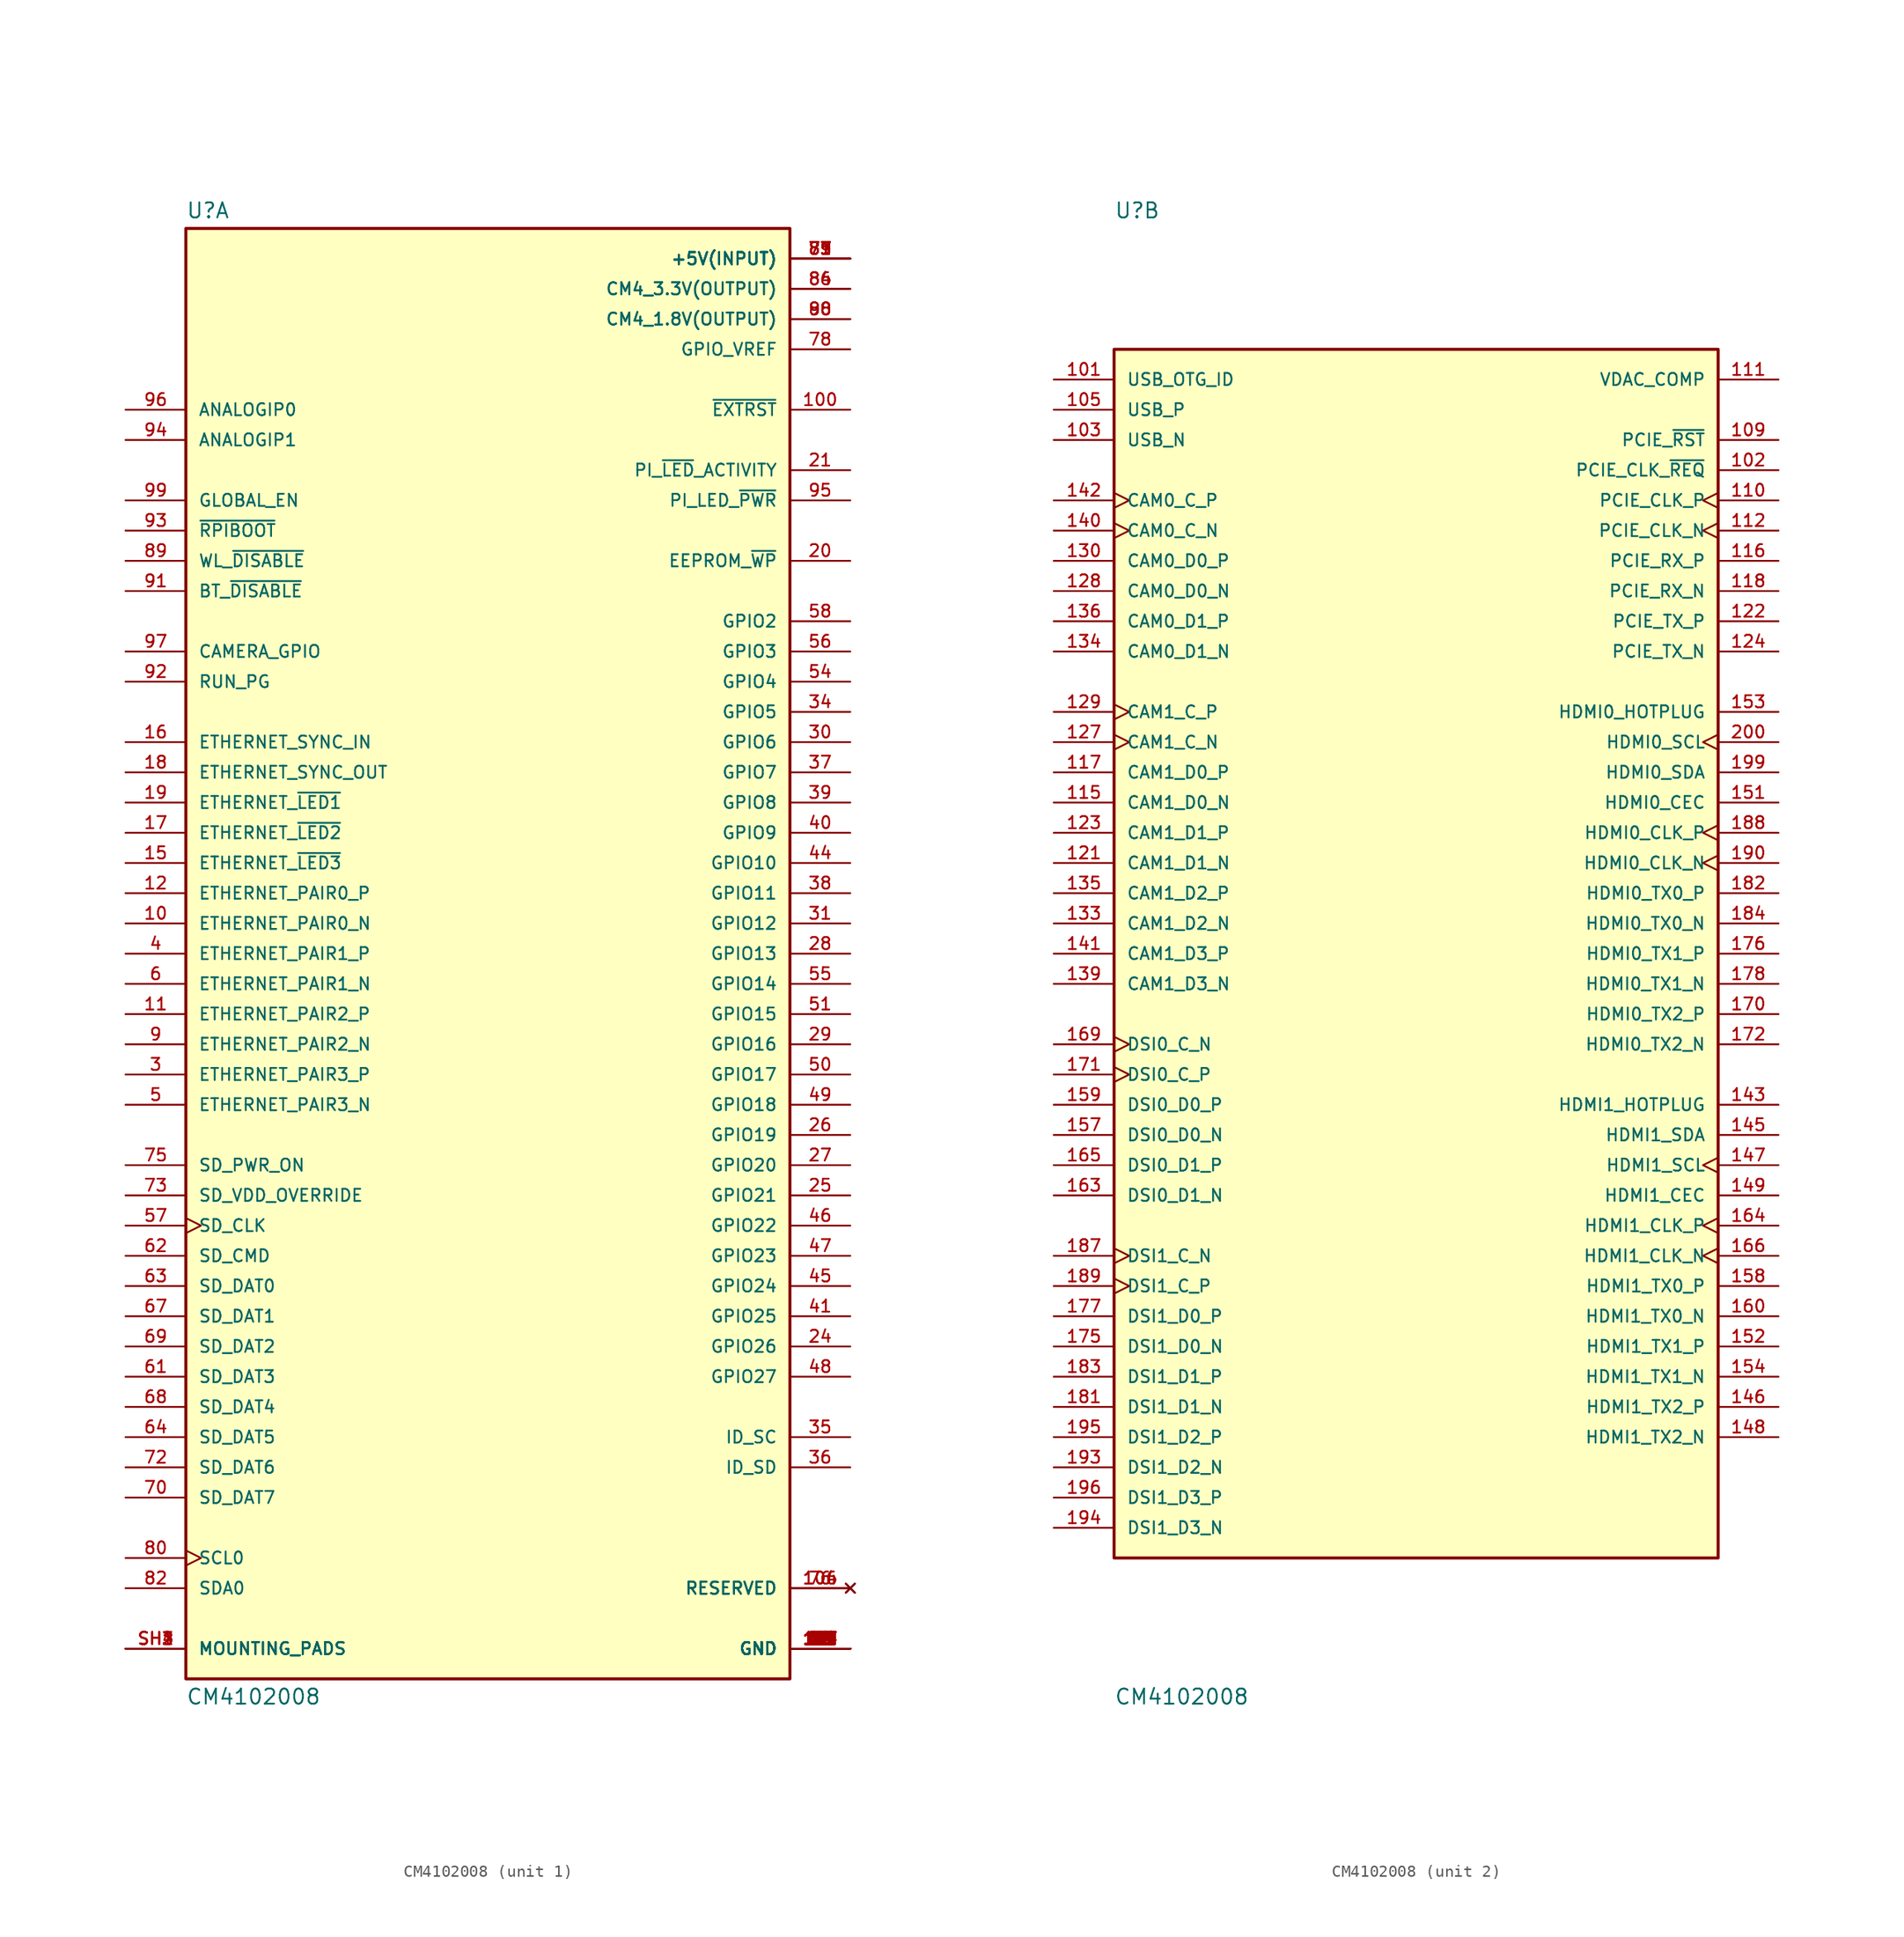
<source format=kicad_sym>
(kicad_symbol_lib
  (version 20231120)
  (generator "kicad_symbol_editor")
  (generator_version "8.0")
  (symbol "CM4102008"
    (pin_names
      (offset 1.016))
    (property "Reference" "U"
      (at -25.4 61.722 0)
      (effects (font (size 1.27 1.27)) (justify left bottom)))
    (property "Value" "CM4102008"
      (at -25.4 -61.722 0)
      (effects (font (size 1.27 1.27)) (justify left top)))
    (symbol "CM4102008_1_0"
      (rectangle (start -25.4 -60.96) (end 25.4 60.96) (stroke (width 0.254) (type default)) (fill (type background)))
      (pin power_in line (at 30.48 -58.42 180) (length 5.08) (name "GND" (effects (font (size 1.016 1.016)))) (number "1" (effects (font (size 1.016 1.016)))))
      (pin bidirectional line (at -30.48 2.54 0) (length 5.08) (name "ETHERNET_PAIR0_N" (effects (font (size 1.016 1.016)))) (number "10" (effects (font (size 1.016 1.016)))))
      (pin output line (at 30.48 45.72 180) (length 5.08) (name "~{EXTRST}" (effects (font (size 1.016 1.016)))) (number "100" (effects (font (size 1.016 1.016)))))
      (pin no_connect line (at 30.48 -53.34 180) (length 5.08) (name "RESERVED" (effects (font (size 1.016 1.016)))) (number "104" (effects (font (size 1.016 1.016)))))
      (pin no_connect line (at 30.48 -53.34 180) (length 5.08) (name "RESERVED" (effects (font (size 1.016 1.016)))) (number "106" (effects (font (size 1.016 1.016)))))
      (pin power_in line (at 30.48 -58.42 180) (length 5.08) (name "GND" (effects (font (size 1.016 1.016)))) (number "107" (effects (font (size 1.016 1.016)))))
      (pin power_in line (at 30.48 -58.42 180) (length 5.08) (name "GND" (effects (font (size 1.016 1.016)))) (number "108" (effects (font (size 1.016 1.016)))))
      (pin bidirectional line (at -30.48 -5.08 0) (length 5.08) (name "ETHERNET_PAIR2_P" (effects (font (size 1.016 1.016)))) (number "11" (effects (font (size 1.016 1.016)))))
      (pin power_in line (at 30.48 -58.42 180) (length 5.08) (name "GND" (effects (font (size 1.016 1.016)))) (number "113" (effects (font (size 1.016 1.016)))))
      (pin power_in line (at 30.48 -58.42 180) (length 5.08) (name "GND" (effects (font (size 1.016 1.016)))) (number "114" (effects (font (size 1.016 1.016)))))
      (pin power_in line (at 30.48 -58.42 180) (length 5.08) (name "GND" (effects (font (size 1.016 1.016)))) (number "119" (effects (font (size 1.016 1.016)))))
      (pin bidirectional line (at -30.48 5.08 0) (length 5.08) (name "ETHERNET_PAIR0_P" (effects (font (size 1.016 1.016)))) (number "12" (effects (font (size 1.016 1.016)))))
      (pin power_in line (at 30.48 -58.42 180) (length 5.08) (name "GND" (effects (font (size 1.016 1.016)))) (number "120" (effects (font (size 1.016 1.016)))))
      (pin power_in line (at 30.48 -58.42 180) (length 5.08) (name "GND" (effects (font (size 1.016 1.016)))) (number "125" (effects (font (size 1.016 1.016)))))
      (pin power_in line (at 30.48 -58.42 180) (length 5.08) (name "GND" (effects (font (size 1.016 1.016)))) (number "126" (effects (font (size 1.016 1.016)))))
      (pin power_in line (at 30.48 -58.42 180) (length 5.08) (name "GND" (effects (font (size 1.016 1.016)))) (number "13" (effects (font (size 1.016 1.016)))))
      (pin power_in line (at 30.48 -58.42 180) (length 5.08) (name "GND" (effects (font (size 1.016 1.016)))) (number "131" (effects (font (size 1.016 1.016)))))
      (pin power_in line (at 30.48 -58.42 180) (length 5.08) (name "GND" (effects (font (size 1.016 1.016)))) (number "132" (effects (font (size 1.016 1.016)))))
      (pin power_in line (at 30.48 -58.42 180) (length 5.08) (name "GND" (effects (font (size 1.016 1.016)))) (number "137" (effects (font (size 1.016 1.016)))))
      (pin power_in line (at 30.48 -58.42 180) (length 5.08) (name "GND" (effects (font (size 1.016 1.016)))) (number "138" (effects (font (size 1.016 1.016)))))
      (pin power_in line (at 30.48 -58.42 180) (length 5.08) (name "GND" (effects (font (size 1.016 1.016)))) (number "14" (effects (font (size 1.016 1.016)))))
      (pin power_in line (at 30.48 -58.42 180) (length 5.08) (name "GND" (effects (font (size 1.016 1.016)))) (number "144" (effects (font (size 1.016 1.016)))))
      (pin output line (at -30.48 7.62 0) (length 5.08) (name "ETHERNET_~{LED3}" (effects (font (size 1.016 1.016)))) (number "15" (effects (font (size 1.016 1.016)))))
      (pin power_in line (at 30.48 -58.42 180) (length 5.08) (name "GND" (effects (font (size 1.016 1.016)))) (number "150" (effects (font (size 1.016 1.016)))))
      (pin power_in line (at 30.48 -58.42 180) (length 5.08) (name "GND" (effects (font (size 1.016 1.016)))) (number "155" (effects (font (size 1.016 1.016)))))
      (pin power_in line (at 30.48 -58.42 180) (length 5.08) (name "GND" (effects (font (size 1.016 1.016)))) (number "156" (effects (font (size 1.016 1.016)))))
      (pin input line (at -30.48 17.78 0) (length 5.08) (name "ETHERNET_SYNC_IN" (effects (font (size 1.016 1.016)))) (number "16" (effects (font (size 1.016 1.016)))))
      (pin power_in line (at 30.48 -58.42 180) (length 5.08) (name "GND" (effects (font (size 1.016 1.016)))) (number "161" (effects (font (size 1.016 1.016)))))
      (pin power_in line (at 30.48 -58.42 180) (length 5.08) (name "GND" (effects (font (size 1.016 1.016)))) (number "162" (effects (font (size 1.016 1.016)))))
      (pin power_in line (at 30.48 -58.42 180) (length 5.08) (name "GND" (effects (font (size 1.016 1.016)))) (number "167" (effects (font (size 1.016 1.016)))))
      (pin power_in line (at 30.48 -58.42 180) (length 5.08) (name "GND" (effects (font (size 1.016 1.016)))) (number "168" (effects (font (size 1.016 1.016)))))
      (pin output line (at -30.48 10.16 0) (length 5.08) (name "ETHERNET_~{LED2}" (effects (font (size 1.016 1.016)))) (number "17" (effects (font (size 1.016 1.016)))))
      (pin power_in line (at 30.48 -58.42 180) (length 5.08) (name "GND" (effects (font (size 1.016 1.016)))) (number "173" (effects (font (size 1.016 1.016)))))
      (pin power_in line (at 30.48 -58.42 180) (length 5.08) (name "GND" (effects (font (size 1.016 1.016)))) (number "174" (effects (font (size 1.016 1.016)))))
      (pin power_in line (at 30.48 -58.42 180) (length 5.08) (name "GND" (effects (font (size 1.016 1.016)))) (number "179" (effects (font (size 1.016 1.016)))))
      (pin output line (at -30.48 15.24 0) (length 5.08) (name "ETHERNET_SYNC_OUT" (effects (font (size 1.016 1.016)))) (number "18" (effects (font (size 1.016 1.016)))))
      (pin power_in line (at 30.48 -58.42 180) (length 5.08) (name "GND" (effects (font (size 1.016 1.016)))) (number "180" (effects (font (size 1.016 1.016)))))
      (pin power_in line (at 30.48 -58.42 180) (length 5.08) (name "GND" (effects (font (size 1.016 1.016)))) (number "185" (effects (font (size 1.016 1.016)))))
      (pin power_in line (at 30.48 -58.42 180) (length 5.08) (name "GND" (effects (font (size 1.016 1.016)))) (number "186" (effects (font (size 1.016 1.016)))))
      (pin output line (at -30.48 12.7 0) (length 5.08) (name "ETHERNET_~{LED1}" (effects (font (size 1.016 1.016)))) (number "19" (effects (font (size 1.016 1.016)))))
      (pin power_in line (at 30.48 -58.42 180) (length 5.08) (name "GND" (effects (font (size 1.016 1.016)))) (number "191" (effects (font (size 1.016 1.016)))))
      (pin power_in line (at 30.48 -58.42 180) (length 5.08) (name "GND" (effects (font (size 1.016 1.016)))) (number "192" (effects (font (size 1.016 1.016)))))
      (pin power_in line (at 30.48 -58.42 180) (length 5.08) (name "GND" (effects (font (size 1.016 1.016)))) (number "197" (effects (font (size 1.016 1.016)))))
      (pin power_in line (at 30.48 -58.42 180) (length 5.08) (name "GND" (effects (font (size 1.016 1.016)))) (number "198" (effects (font (size 1.016 1.016)))))
      (pin power_in line (at 30.48 -58.42 180) (length 5.08) (name "GND" (effects (font (size 1.016 1.016)))) (number "2" (effects (font (size 1.016 1.016)))))
      (pin bidirectional line (at 30.48 33.02 180) (length 5.08) (name "EEPROM_~{WP}" (effects (font (size 1.016 1.016)))) (number "20" (effects (font (size 1.016 1.016)))))
      (pin bidirectional line (at 30.48 40.64 180) (length 5.08) (name "PI_~{LED}_ACTIVITY" (effects (font (size 1.016 1.016)))) (number "21" (effects (font (size 1.016 1.016)))))
      (pin power_in line (at 30.48 -58.42 180) (length 5.08) (name "GND" (effects (font (size 1.016 1.016)))) (number "22" (effects (font (size 1.016 1.016)))))
      (pin power_in line (at 30.48 -58.42 180) (length 5.08) (name "GND" (effects (font (size 1.016 1.016)))) (number "23" (effects (font (size 1.016 1.016)))))
      (pin bidirectional line (at 30.48 -33.02 180) (length 5.08) (name "GPIO26" (effects (font (size 1.016 1.016)))) (number "24" (effects (font (size 1.016 1.016)))))
      (pin bidirectional line (at 30.48 -20.32 180) (length 5.08) (name "GPIO21" (effects (font (size 1.016 1.016)))) (number "25" (effects (font (size 1.016 1.016)))))
      (pin bidirectional line (at 30.48 -15.24 180) (length 5.08) (name "GPIO19" (effects (font (size 1.016 1.016)))) (number "26" (effects (font (size 1.016 1.016)))))
      (pin bidirectional line (at 30.48 -17.78 180) (length 5.08) (name "GPIO20" (effects (font (size 1.016 1.016)))) (number "27" (effects (font (size 1.016 1.016)))))
      (pin bidirectional line (at 30.48 0 180) (length 5.08) (name "GPIO13" (effects (font (size 1.016 1.016)))) (number "28" (effects (font (size 1.016 1.016)))))
      (pin bidirectional line (at 30.48 -7.62 180) (length 5.08) (name "GPIO16" (effects (font (size 1.016 1.016)))) (number "29" (effects (font (size 1.016 1.016)))))
      (pin bidirectional line (at -30.48 -10.16 0) (length 5.08) (name "ETHERNET_PAIR3_P" (effects (font (size 1.016 1.016)))) (number "3" (effects (font (size 1.016 1.016)))))
      (pin bidirectional line (at 30.48 17.78 180) (length 5.08) (name "GPIO6" (effects (font (size 1.016 1.016)))) (number "30" (effects (font (size 1.016 1.016)))))
      (pin bidirectional line (at 30.48 2.54 180) (length 5.08) (name "GPIO12" (effects (font (size 1.016 1.016)))) (number "31" (effects (font (size 1.016 1.016)))))
      (pin power_in line (at 30.48 -58.42 180) (length 5.08) (name "GND" (effects (font (size 1.016 1.016)))) (number "32" (effects (font (size 1.016 1.016)))))
      (pin power_in line (at 30.48 -58.42 180) (length 5.08) (name "GND" (effects (font (size 1.016 1.016)))) (number "33" (effects (font (size 1.016 1.016)))))
      (pin bidirectional line (at 30.48 20.32 180) (length 5.08) (name "GPIO5" (effects (font (size 1.016 1.016)))) (number "34" (effects (font (size 1.016 1.016)))))
      (pin bidirectional line (at 30.48 -40.64 180) (length 5.08) (name "ID_SC" (effects (font (size 1.016 1.016)))) (number "35" (effects (font (size 1.016 1.016)))))
      (pin bidirectional line (at 30.48 -43.18 180) (length 5.08) (name "ID_SD" (effects (font (size 1.016 1.016)))) (number "36" (effects (font (size 1.016 1.016)))))
      (pin bidirectional line (at 30.48 15.24 180) (length 5.08) (name "GPIO7" (effects (font (size 1.016 1.016)))) (number "37" (effects (font (size 1.016 1.016)))))
      (pin bidirectional line (at 30.48 5.08 180) (length 5.08) (name "GPIO11" (effects (font (size 1.016 1.016)))) (number "38" (effects (font (size 1.016 1.016)))))
      (pin bidirectional line (at 30.48 12.7 180) (length 5.08) (name "GPIO8" (effects (font (size 1.016 1.016)))) (number "39" (effects (font (size 1.016 1.016)))))
      (pin bidirectional line (at -30.48 0 0) (length 5.08) (name "ETHERNET_PAIR1_P" (effects (font (size 1.016 1.016)))) (number "4" (effects (font (size 1.016 1.016)))))
      (pin bidirectional line (at 30.48 10.16 180) (length 5.08) (name "GPIO9" (effects (font (size 1.016 1.016)))) (number "40" (effects (font (size 1.016 1.016)))))
      (pin bidirectional line (at 30.48 -30.48 180) (length 5.08) (name "GPIO25" (effects (font (size 1.016 1.016)))) (number "41" (effects (font (size 1.016 1.016)))))
      (pin power_in line (at 30.48 -58.42 180) (length 5.08) (name "GND" (effects (font (size 1.016 1.016)))) (number "42" (effects (font (size 1.016 1.016)))))
      (pin power_in line (at 30.48 -58.42 180) (length 5.08) (name "GND" (effects (font (size 1.016 1.016)))) (number "43" (effects (font (size 1.016 1.016)))))
      (pin bidirectional line (at 30.48 7.62 180) (length 5.08) (name "GPIO10" (effects (font (size 1.016 1.016)))) (number "44" (effects (font (size 1.016 1.016)))))
      (pin bidirectional line (at 30.48 -27.94 180) (length 5.08) (name "GPIO24" (effects (font (size 1.016 1.016)))) (number "45" (effects (font (size 1.016 1.016)))))
      (pin bidirectional line (at 30.48 -22.86 180) (length 5.08) (name "GPIO22" (effects (font (size 1.016 1.016)))) (number "46" (effects (font (size 1.016 1.016)))))
      (pin bidirectional line (at 30.48 -25.4 180) (length 5.08) (name "GPIO23" (effects (font (size 1.016 1.016)))) (number "47" (effects (font (size 1.016 1.016)))))
      (pin bidirectional line (at 30.48 -35.56 180) (length 5.08) (name "GPIO27" (effects (font (size 1.016 1.016)))) (number "48" (effects (font (size 1.016 1.016)))))
      (pin bidirectional line (at 30.48 -12.7 180) (length 5.08) (name "GPIO18" (effects (font (size 1.016 1.016)))) (number "49" (effects (font (size 1.016 1.016)))))
      (pin bidirectional line (at -30.48 -12.7 0) (length 5.08) (name "ETHERNET_PAIR3_N" (effects (font (size 1.016 1.016)))) (number "5" (effects (font (size 1.016 1.016)))))
      (pin bidirectional line (at 30.48 -10.16 180) (length 5.08) (name "GPIO17" (effects (font (size 1.016 1.016)))) (number "50" (effects (font (size 1.016 1.016)))))
      (pin bidirectional line (at 30.48 -5.08 180) (length 5.08) (name "GPIO15" (effects (font (size 1.016 1.016)))) (number "51" (effects (font (size 1.016 1.016)))))
      (pin power_in line (at 30.48 -58.42 180) (length 5.08) (name "GND" (effects (font (size 1.016 1.016)))) (number "52" (effects (font (size 1.016 1.016)))))
      (pin power_in line (at 30.48 -58.42 180) (length 5.08) (name "GND" (effects (font (size 1.016 1.016)))) (number "53" (effects (font (size 1.016 1.016)))))
      (pin bidirectional line (at 30.48 22.86 180) (length 5.08) (name "GPIO4" (effects (font (size 1.016 1.016)))) (number "54" (effects (font (size 1.016 1.016)))))
      (pin bidirectional line (at 30.48 -2.54 180) (length 5.08) (name "GPIO14" (effects (font (size 1.016 1.016)))) (number "55" (effects (font (size 1.016 1.016)))))
      (pin bidirectional line (at 30.48 25.4 180) (length 5.08) (name "GPIO3" (effects (font (size 1.016 1.016)))) (number "56" (effects (font (size 1.016 1.016)))))
      (pin bidirectional clock (at -30.48 -22.86 0) (length 5.08) (name "SD_CLK" (effects (font (size 1.016 1.016)))) (number "57" (effects (font (size 1.016 1.016)))))
      (pin bidirectional line (at 30.48 27.94 180) (length 5.08) (name "GPIO2" (effects (font (size 1.016 1.016)))) (number "58" (effects (font (size 1.016 1.016)))))
      (pin power_in line (at 30.48 -58.42 180) (length 5.08) (name "GND" (effects (font (size 1.016 1.016)))) (number "59" (effects (font (size 1.016 1.016)))))
      (pin bidirectional line (at -30.48 -2.54 0) (length 5.08) (name "ETHERNET_PAIR1_N" (effects (font (size 1.016 1.016)))) (number "6" (effects (font (size 1.016 1.016)))))
      (pin power_in line (at 30.48 -58.42 180) (length 5.08) (name "GND" (effects (font (size 1.016 1.016)))) (number "60" (effects (font (size 1.016 1.016)))))
      (pin bidirectional line (at -30.48 -35.56 0) (length 5.08) (name "SD_DAT3" (effects (font (size 1.016 1.016)))) (number "61" (effects (font (size 1.016 1.016)))))
      (pin input line (at -30.48 -25.4 0) (length 5.08) (name "SD_CMD" (effects (font (size 1.016 1.016)))) (number "62" (effects (font (size 1.016 1.016)))))
      (pin bidirectional line (at -30.48 -27.94 0) (length 5.08) (name "SD_DAT0" (effects (font (size 1.016 1.016)))) (number "63" (effects (font (size 1.016 1.016)))))
      (pin bidirectional line (at -30.48 -40.64 0) (length 5.08) (name "SD_DAT5" (effects (font (size 1.016 1.016)))) (number "64" (effects (font (size 1.016 1.016)))))
      (pin power_in line (at 30.48 -58.42 180) (length 5.08) (name "GND" (effects (font (size 1.016 1.016)))) (number "65" (effects (font (size 1.016 1.016)))))
      (pin power_in line (at 30.48 -58.42 180) (length 5.08) (name "GND" (effects (font (size 1.016 1.016)))) (number "66" (effects (font (size 1.016 1.016)))))
      (pin bidirectional line (at -30.48 -30.48 0) (length 5.08) (name "SD_DAT1" (effects (font (size 1.016 1.016)))) (number "67" (effects (font (size 1.016 1.016)))))
      (pin bidirectional line (at -30.48 -38.1 0) (length 5.08) (name "SD_DAT4" (effects (font (size 1.016 1.016)))) (number "68" (effects (font (size 1.016 1.016)))))
      (pin bidirectional line (at -30.48 -33.02 0) (length 5.08) (name "SD_DAT2" (effects (font (size 1.016 1.016)))) (number "69" (effects (font (size 1.016 1.016)))))
      (pin power_in line (at 30.48 -58.42 180) (length 5.08) (name "GND" (effects (font (size 1.016 1.016)))) (number "7" (effects (font (size 1.016 1.016)))))
      (pin bidirectional line (at -30.48 -45.72 0) (length 5.08) (name "SD_DAT7" (effects (font (size 1.016 1.016)))) (number "70" (effects (font (size 1.016 1.016)))))
      (pin power_in line (at 30.48 -58.42 180) (length 5.08) (name "GND" (effects (font (size 1.016 1.016)))) (number "71" (effects (font (size 1.016 1.016)))))
      (pin bidirectional line (at -30.48 -43.18 0) (length 5.08) (name "SD_DAT6" (effects (font (size 1.016 1.016)))) (number "72" (effects (font (size 1.016 1.016)))))
      (pin input line (at -30.48 -20.32 0) (length 5.08) (name "SD_VDD_OVERRIDE" (effects (font (size 1.016 1.016)))) (number "73" (effects (font (size 1.016 1.016)))))
      (pin power_in line (at 30.48 -58.42 180) (length 5.08) (name "GND" (effects (font (size 1.016 1.016)))) (number "74" (effects (font (size 1.016 1.016)))))
      (pin output line (at -30.48 -17.78 0) (length 5.08) (name "SD_PWR_ON" (effects (font (size 1.016 1.016)))) (number "75" (effects (font (size 1.016 1.016)))))
      (pin no_connect line (at 30.48 -53.34 180) (length 5.08) (name "RESERVED" (effects (font (size 1.016 1.016)))) (number "76" (effects (font (size 1.016 1.016)))))
      (pin power_in line (at 30.48 58.42 180) (length 5.08) (name "+5V(INPUT)" (effects (font (size 1.016 1.016)))) (number "77" (effects (font (size 1.016 1.016)))))
      (pin power_in line (at 30.48 50.8 180) (length 5.08) (name "GPIO_VREF" (effects (font (size 1.016 1.016)))) (number "78" (effects (font (size 1.016 1.016)))))
      (pin power_in line (at 30.48 58.42 180) (length 5.08) (name "+5V(INPUT)" (effects (font (size 1.016 1.016)))) (number "79" (effects (font (size 1.016 1.016)))))
      (pin power_in line (at 30.48 -58.42 180) (length 5.08) (name "GND" (effects (font (size 1.016 1.016)))) (number "8" (effects (font (size 1.016 1.016)))))
      (pin input clock (at -30.48 -50.8 0) (length 5.08) (name "SCL0" (effects (font (size 1.016 1.016)))) (number "80" (effects (font (size 1.016 1.016)))))
      (pin power_in line (at 30.48 58.42 180) (length 5.08) (name "+5V(INPUT)" (effects (font (size 1.016 1.016)))) (number "81" (effects (font (size 1.016 1.016)))))
      (pin bidirectional line (at -30.48 -53.34 0) (length 5.08) (name "SDA0" (effects (font (size 1.016 1.016)))) (number "82" (effects (font (size 1.016 1.016)))))
      (pin power_in line (at 30.48 58.42 180) (length 5.08) (name "+5V(INPUT)" (effects (font (size 1.016 1.016)))) (number "83" (effects (font (size 1.016 1.016)))))
      (pin power_in line (at 30.48 55.88 180) (length 5.08) (name "CM4_3.3V(OUTPUT)" (effects (font (size 1.016 1.016)))) (number "84" (effects (font (size 1.016 1.016)))))
      (pin power_in line (at 30.48 58.42 180) (length 5.08) (name "+5V(INPUT)" (effects (font (size 1.016 1.016)))) (number "85" (effects (font (size 1.016 1.016)))))
      (pin power_in line (at 30.48 55.88 180) (length 5.08) (name "CM4_3.3V(OUTPUT)" (effects (font (size 1.016 1.016)))) (number "86" (effects (font (size 1.016 1.016)))))
      (pin power_in line (at 30.48 58.42 180) (length 5.08) (name "+5V(INPUT)" (effects (font (size 1.016 1.016)))) (number "87" (effects (font (size 1.016 1.016)))))
      (pin power_in line (at 30.48 53.34 180) (length 5.08) (name "CM4_1.8V(OUTPUT)" (effects (font (size 1.016 1.016)))) (number "88" (effects (font (size 1.016 1.016)))))
      (pin input line (at -30.48 33.02 0) (length 5.08) (name "WL_~{DISABLE}" (effects (font (size 1.016 1.016)))) (number "89" (effects (font (size 1.016 1.016)))))
      (pin bidirectional line (at -30.48 -7.62 0) (length 5.08) (name "ETHERNET_PAIR2_N" (effects (font (size 1.016 1.016)))) (number "9" (effects (font (size 1.016 1.016)))))
      (pin power_in line (at 30.48 53.34 180) (length 5.08) (name "CM4_1.8V(OUTPUT)" (effects (font (size 1.016 1.016)))) (number "90" (effects (font (size 1.016 1.016)))))
      (pin input line (at -30.48 30.48 0) (length 5.08) (name "BT_~{DISABLE}" (effects (font (size 1.016 1.016)))) (number "91" (effects (font (size 1.016 1.016)))))
      (pin bidirectional line (at -30.48 22.86 0) (length 5.08) (name "RUN_PG" (effects (font (size 1.016 1.016)))) (number "92" (effects (font (size 1.016 1.016)))))
      (pin input line (at -30.48 35.56 0) (length 5.08) (name "~{RPIBOOT}" (effects (font (size 1.016 1.016)))) (number "93" (effects (font (size 1.016 1.016)))))
      (pin input line (at -30.48 43.18 0) (length 5.08) (name "ANALOGIP1" (effects (font (size 1.016 1.016)))) (number "94" (effects (font (size 1.016 1.016)))))
      (pin output line (at 30.48 38.1 180) (length 5.08) (name "PI_LED_~{PWR}" (effects (font (size 1.016 1.016)))) (number "95" (effects (font (size 1.016 1.016)))))
      (pin input line (at -30.48 45.72 0) (length 5.08) (name "ANALOGIP0" (effects (font (size 1.016 1.016)))) (number "96" (effects (font (size 1.016 1.016)))))
      (pin bidirectional line (at -30.48 25.4 0) (length 5.08) (name "CAMERA_GPIO" (effects (font (size 1.016 1.016)))) (number "97" (effects (font (size 1.016 1.016)))))
      (pin power_in line (at 30.48 -58.42 180) (length 5.08) (name "GND" (effects (font (size 1.016 1.016)))) (number "98" (effects (font (size 1.016 1.016)))))
      (pin input line (at -30.48 38.1 0) (length 5.08) (name "GLOBAL_EN" (effects (font (size 1.016 1.016)))) (number "99" (effects (font (size 1.016 1.016)))))
      (pin passive line (at -30.48 -58.42 0) (length 5.08) (name "MOUNTING_PADS" (effects (font (size 1.016 1.016)))) (number "SH1" (effects (font (size 1.016 1.016)))))
      (pin passive line (at -30.48 -58.42 0) (length 5.08) (name "MOUNTING_PADS" (effects (font (size 1.016 1.016)))) (number "SH2" (effects (font (size 1.016 1.016)))))
      (pin passive line (at -30.48 -58.42 0) (length 5.08) (name "MOUNTING_PADS" (effects (font (size 1.016 1.016)))) (number "SH3" (effects (font (size 1.016 1.016)))))
      (pin passive line (at -30.48 -58.42 0) (length 5.08) (name "MOUNTING_PADS" (effects (font (size 1.016 1.016)))) (number "SH4" (effects (font (size 1.016 1.016))))))
    (symbol "CM4102008_2_0"
      (rectangle (start -25.4 -50.8) (end 25.4 50.8) (stroke (width 0.254) (type default)) (fill (type background)))
      (pin input line (at -30.48 48.26 0) (length 5.08) (name "USB_OTG_ID" (effects (font (size 1.016 1.016)))) (number "101" (effects (font (size 1.016 1.016)))))
      (pin input line (at 30.48 40.64 180) (length 5.08) (name "PCIE_CLK_~{REQ}" (effects (font (size 1.016 1.016)))) (number "102" (effects (font (size 1.016 1.016)))))
      (pin bidirectional line (at -30.48 43.18 0) (length 5.08) (name "USB_N" (effects (font (size 1.016 1.016)))) (number "103" (effects (font (size 1.016 1.016)))))
      (pin bidirectional line (at -30.48 45.72 0) (length 5.08) (name "USB_P" (effects (font (size 1.016 1.016)))) (number "105" (effects (font (size 1.016 1.016)))))
      (pin output line (at 30.48 43.18 180) (length 5.08) (name "PCIE_~{RST}" (effects (font (size 1.016 1.016)))) (number "109" (effects (font (size 1.016 1.016)))))
      (pin output clock (at 30.48 38.1 180) (length 5.08) (name "PCIE_CLK_P" (effects (font (size 1.016 1.016)))) (number "110" (effects (font (size 1.016 1.016)))))
      (pin output line (at 30.48 48.26 180) (length 5.08) (name "VDAC_COMP" (effects (font (size 1.016 1.016)))) (number "111" (effects (font (size 1.016 1.016)))))
      (pin output clock (at 30.48 35.56 180) (length 5.08) (name "PCIE_CLK_N" (effects (font (size 1.016 1.016)))) (number "112" (effects (font (size 1.016 1.016)))))
      (pin input line (at -30.48 12.7 0) (length 5.08) (name "CAM1_D0_N" (effects (font (size 1.016 1.016)))) (number "115" (effects (font (size 1.016 1.016)))))
      (pin input line (at 30.48 33.02 180) (length 5.08) (name "PCIE_RX_P" (effects (font (size 1.016 1.016)))) (number "116" (effects (font (size 1.016 1.016)))))
      (pin input line (at -30.48 15.24 0) (length 5.08) (name "CAM1_D0_P" (effects (font (size 1.016 1.016)))) (number "117" (effects (font (size 1.016 1.016)))))
      (pin input line (at 30.48 30.48 180) (length 5.08) (name "PCIE_RX_N" (effects (font (size 1.016 1.016)))) (number "118" (effects (font (size 1.016 1.016)))))
      (pin input line (at -30.48 7.62 0) (length 5.08) (name "CAM1_D1_N" (effects (font (size 1.016 1.016)))) (number "121" (effects (font (size 1.016 1.016)))))
      (pin output line (at 30.48 27.94 180) (length 5.08) (name "PCIE_TX_P" (effects (font (size 1.016 1.016)))) (number "122" (effects (font (size 1.016 1.016)))))
      (pin input line (at -30.48 10.16 0) (length 5.08) (name "CAM1_D1_P" (effects (font (size 1.016 1.016)))) (number "123" (effects (font (size 1.016 1.016)))))
      (pin output line (at 30.48 25.4 180) (length 5.08) (name "PCIE_TX_N" (effects (font (size 1.016 1.016)))) (number "124" (effects (font (size 1.016 1.016)))))
      (pin input clock (at -30.48 17.78 0) (length 5.08) (name "CAM1_C_N" (effects (font (size 1.016 1.016)))) (number "127" (effects (font (size 1.016 1.016)))))
      (pin input line (at -30.48 30.48 0) (length 5.08) (name "CAM0_D0_N" (effects (font (size 1.016 1.016)))) (number "128" (effects (font (size 1.016 1.016)))))
      (pin input clock (at -30.48 20.32 0) (length 5.08) (name "CAM1_C_P" (effects (font (size 1.016 1.016)))) (number "129" (effects (font (size 1.016 1.016)))))
      (pin input line (at -30.48 33.02 0) (length 5.08) (name "CAM0_D0_P" (effects (font (size 1.016 1.016)))) (number "130" (effects (font (size 1.016 1.016)))))
      (pin input line (at -30.48 2.54 0) (length 5.08) (name "CAM1_D2_N" (effects (font (size 1.016 1.016)))) (number "133" (effects (font (size 1.016 1.016)))))
      (pin input line (at -30.48 25.4 0) (length 5.08) (name "CAM0_D1_N" (effects (font (size 1.016 1.016)))) (number "134" (effects (font (size 1.016 1.016)))))
      (pin input line (at -30.48 5.08 0) (length 5.08) (name "CAM1_D2_P" (effects (font (size 1.016 1.016)))) (number "135" (effects (font (size 1.016 1.016)))))
      (pin input line (at -30.48 27.94 0) (length 5.08) (name "CAM0_D1_P" (effects (font (size 1.016 1.016)))) (number "136" (effects (font (size 1.016 1.016)))))
      (pin input line (at -30.48 -2.54 0) (length 5.08) (name "CAM1_D3_N" (effects (font (size 1.016 1.016)))) (number "139" (effects (font (size 1.016 1.016)))))
      (pin input clock (at -30.48 35.56 0) (length 5.08) (name "CAM0_C_N" (effects (font (size 1.016 1.016)))) (number "140" (effects (font (size 1.016 1.016)))))
      (pin input line (at -30.48 0 0) (length 5.08) (name "CAM1_D3_P" (effects (font (size 1.016 1.016)))) (number "141" (effects (font (size 1.016 1.016)))))
      (pin input clock (at -30.48 38.1 0) (length 5.08) (name "CAM0_C_P" (effects (font (size 1.016 1.016)))) (number "142" (effects (font (size 1.016 1.016)))))
      (pin input line (at 30.48 -12.7 180) (length 5.08) (name "HDMI1_HOTPLUG" (effects (font (size 1.016 1.016)))) (number "143" (effects (font (size 1.016 1.016)))))
      (pin bidirectional line (at 30.48 -15.24 180) (length 5.08) (name "HDMI1_SDA" (effects (font (size 1.016 1.016)))) (number "145" (effects (font (size 1.016 1.016)))))
      (pin output line (at 30.48 -38.1 180) (length 5.08) (name "HDMI1_TX2_P" (effects (font (size 1.016 1.016)))) (number "146" (effects (font (size 1.016 1.016)))))
      (pin bidirectional clock (at 30.48 -17.78 180) (length 5.08) (name "HDMI1_SCL" (effects (font (size 1.016 1.016)))) (number "147" (effects (font (size 1.016 1.016)))))
      (pin output line (at 30.48 -40.64 180) (length 5.08) (name "HDMI1_TX2_N" (effects (font (size 1.016 1.016)))) (number "148" (effects (font (size 1.016 1.016)))))
      (pin input line (at 30.48 -20.32 180) (length 5.08) (name "HDMI1_CEC" (effects (font (size 1.016 1.016)))) (number "149" (effects (font (size 1.016 1.016)))))
      (pin input line (at 30.48 12.7 180) (length 5.08) (name "HDMI0_CEC" (effects (font (size 1.016 1.016)))) (number "151" (effects (font (size 1.016 1.016)))))
      (pin output line (at 30.48 -33.02 180) (length 5.08) (name "HDMI1_TX1_P" (effects (font (size 1.016 1.016)))) (number "152" (effects (font (size 1.016 1.016)))))
      (pin input line (at 30.48 20.32 180) (length 5.08) (name "HDMI0_HOTPLUG" (effects (font (size 1.016 1.016)))) (number "153" (effects (font (size 1.016 1.016)))))
      (pin output line (at 30.48 -35.56 180) (length 5.08) (name "HDMI1_TX1_N" (effects (font (size 1.016 1.016)))) (number "154" (effects (font (size 1.016 1.016)))))
      (pin output line (at -30.48 -15.24 0) (length 5.08) (name "DSI0_D0_N" (effects (font (size 1.016 1.016)))) (number "157" (effects (font (size 1.016 1.016)))))
      (pin output line (at 30.48 -27.94 180) (length 5.08) (name "HDMI1_TX0_P" (effects (font (size 1.016 1.016)))) (number "158" (effects (font (size 1.016 1.016)))))
      (pin output line (at -30.48 -12.7 0) (length 5.08) (name "DSI0_D0_P" (effects (font (size 1.016 1.016)))) (number "159" (effects (font (size 1.016 1.016)))))
      (pin output line (at 30.48 -30.48 180) (length 5.08) (name "HDMI1_TX0_N" (effects (font (size 1.016 1.016)))) (number "160" (effects (font (size 1.016 1.016)))))
      (pin output line (at -30.48 -20.32 0) (length 5.08) (name "DSI0_D1_N" (effects (font (size 1.016 1.016)))) (number "163" (effects (font (size 1.016 1.016)))))
      (pin output clock (at 30.48 -22.86 180) (length 5.08) (name "HDMI1_CLK_P" (effects (font (size 1.016 1.016)))) (number "164" (effects (font (size 1.016 1.016)))))
      (pin output line (at -30.48 -17.78 0) (length 5.08) (name "DSI0_D1_P" (effects (font (size 1.016 1.016)))) (number "165" (effects (font (size 1.016 1.016)))))
      (pin output clock (at 30.48 -25.4 180) (length 5.08) (name "HDMI1_CLK_N" (effects (font (size 1.016 1.016)))) (number "166" (effects (font (size 1.016 1.016)))))
      (pin output clock (at -30.48 -7.62 0) (length 5.08) (name "DSI0_C_N" (effects (font (size 1.016 1.016)))) (number "169" (effects (font (size 1.016 1.016)))))
      (pin output line (at 30.48 -5.08 180) (length 5.08) (name "HDMI0_TX2_P" (effects (font (size 1.016 1.016)))) (number "170" (effects (font (size 1.016 1.016)))))
      (pin output clock (at -30.48 -10.16 0) (length 5.08) (name "DSI0_C_P" (effects (font (size 1.016 1.016)))) (number "171" (effects (font (size 1.016 1.016)))))
      (pin output line (at 30.48 -7.62 180) (length 5.08) (name "HDMI0_TX2_N" (effects (font (size 1.016 1.016)))) (number "172" (effects (font (size 1.016 1.016)))))
      (pin output line (at -30.48 -33.02 0) (length 5.08) (name "DSI1_D0_N" (effects (font (size 1.016 1.016)))) (number "175" (effects (font (size 1.016 1.016)))))
      (pin output line (at 30.48 0 180) (length 5.08) (name "HDMI0_TX1_P" (effects (font (size 1.016 1.016)))) (number "176" (effects (font (size 1.016 1.016)))))
      (pin output line (at -30.48 -30.48 0) (length 5.08) (name "DSI1_D0_P" (effects (font (size 1.016 1.016)))) (number "177" (effects (font (size 1.016 1.016)))))
      (pin output line (at 30.48 -2.54 180) (length 5.08) (name "HDMI0_TX1_N" (effects (font (size 1.016 1.016)))) (number "178" (effects (font (size 1.016 1.016)))))
      (pin output line (at -30.48 -38.1 0) (length 5.08) (name "DSI1_D1_N" (effects (font (size 1.016 1.016)))) (number "181" (effects (font (size 1.016 1.016)))))
      (pin output line (at 30.48 5.08 180) (length 5.08) (name "HDMI0_TX0_P" (effects (font (size 1.016 1.016)))) (number "182" (effects (font (size 1.016 1.016)))))
      (pin output line (at -30.48 -35.56 0) (length 5.08) (name "DSI1_D1_P" (effects (font (size 1.016 1.016)))) (number "183" (effects (font (size 1.016 1.016)))))
      (pin output line (at 30.48 2.54 180) (length 5.08) (name "HDMI0_TX0_N" (effects (font (size 1.016 1.016)))) (number "184" (effects (font (size 1.016 1.016)))))
      (pin output clock (at -30.48 -25.4 0) (length 5.08) (name "DSI1_C_N" (effects (font (size 1.016 1.016)))) (number "187" (effects (font (size 1.016 1.016)))))
      (pin output clock (at 30.48 10.16 180) (length 5.08) (name "HDMI0_CLK_P" (effects (font (size 1.016 1.016)))) (number "188" (effects (font (size 1.016 1.016)))))
      (pin output clock (at -30.48 -27.94 0) (length 5.08) (name "DSI1_C_P" (effects (font (size 1.016 1.016)))) (number "189" (effects (font (size 1.016 1.016)))))
      (pin output clock (at 30.48 7.62 180) (length 5.08) (name "HDMI0_CLK_N" (effects (font (size 1.016 1.016)))) (number "190" (effects (font (size 1.016 1.016)))))
      (pin output line (at -30.48 -43.18 0) (length 5.08) (name "DSI1_D2_N" (effects (font (size 1.016 1.016)))) (number "193" (effects (font (size 1.016 1.016)))))
      (pin output line (at -30.48 -48.26 0) (length 5.08) (name "DSI1_D3_N" (effects (font (size 1.016 1.016)))) (number "194" (effects (font (size 1.016 1.016)))))
      (pin output line (at -30.48 -40.64 0) (length 5.08) (name "DSI1_D2_P" (effects (font (size 1.016 1.016)))) (number "195" (effects (font (size 1.016 1.016)))))
      (pin output line (at -30.48 -45.72 0) (length 5.08) (name "DSI1_D3_P" (effects (font (size 1.016 1.016)))) (number "196" (effects (font (size 1.016 1.016)))))
      (pin bidirectional line (at 30.48 15.24 180) (length 5.08) (name "HDMI0_SDA" (effects (font (size 1.016 1.016)))) (number "199" (effects (font (size 1.016 1.016)))))
      (pin bidirectional clock (at 30.48 17.78 180) (length 5.08) (name "HDMI0_SCL" (effects (font (size 1.016 1.016)))) (number "200" (effects (font (size 1.016 1.016))))))))
</source>
